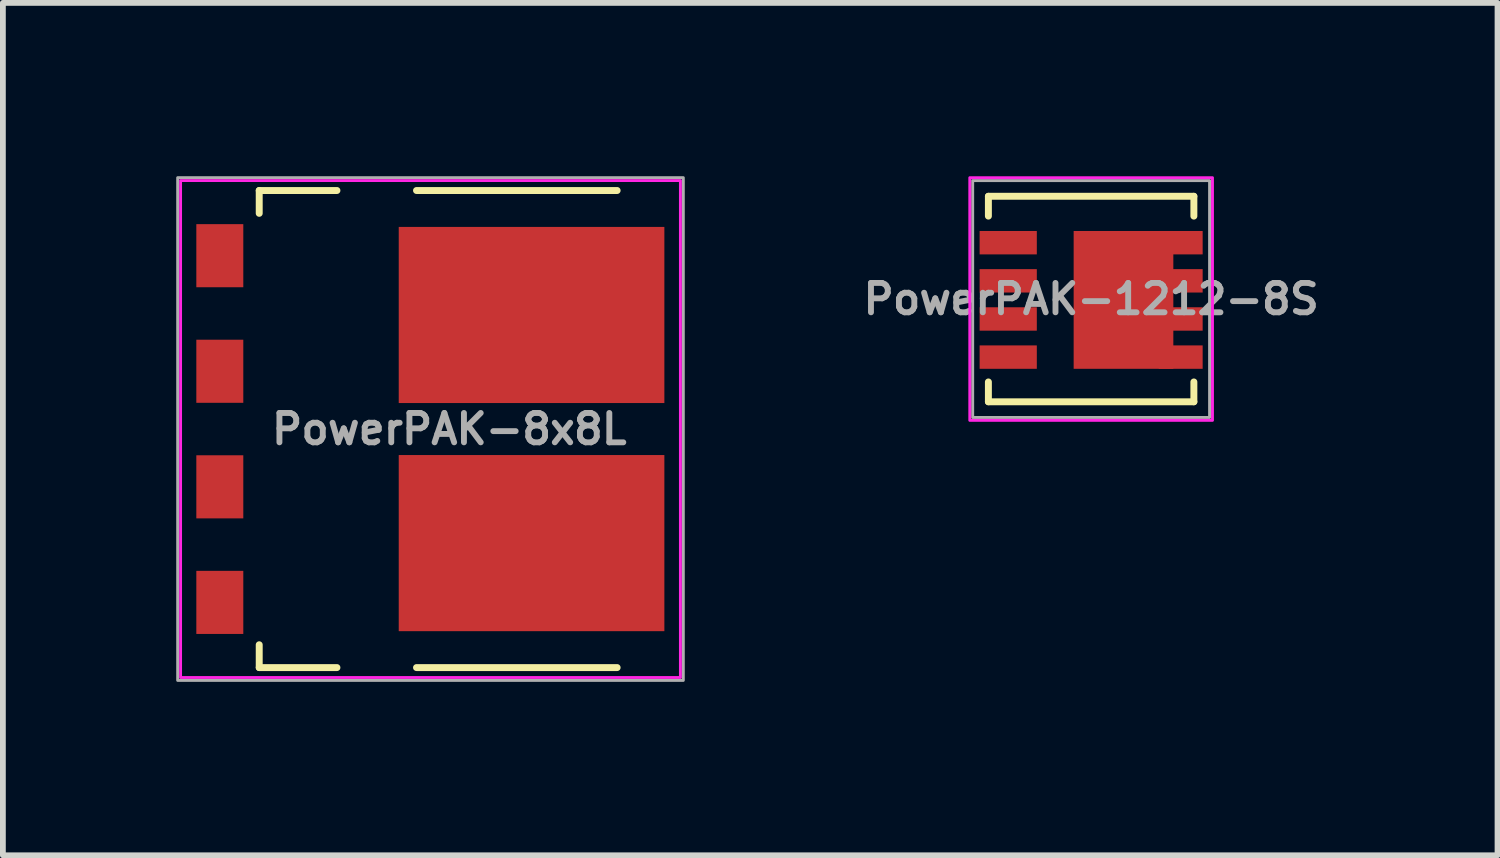
<source format=kicad_pcb>
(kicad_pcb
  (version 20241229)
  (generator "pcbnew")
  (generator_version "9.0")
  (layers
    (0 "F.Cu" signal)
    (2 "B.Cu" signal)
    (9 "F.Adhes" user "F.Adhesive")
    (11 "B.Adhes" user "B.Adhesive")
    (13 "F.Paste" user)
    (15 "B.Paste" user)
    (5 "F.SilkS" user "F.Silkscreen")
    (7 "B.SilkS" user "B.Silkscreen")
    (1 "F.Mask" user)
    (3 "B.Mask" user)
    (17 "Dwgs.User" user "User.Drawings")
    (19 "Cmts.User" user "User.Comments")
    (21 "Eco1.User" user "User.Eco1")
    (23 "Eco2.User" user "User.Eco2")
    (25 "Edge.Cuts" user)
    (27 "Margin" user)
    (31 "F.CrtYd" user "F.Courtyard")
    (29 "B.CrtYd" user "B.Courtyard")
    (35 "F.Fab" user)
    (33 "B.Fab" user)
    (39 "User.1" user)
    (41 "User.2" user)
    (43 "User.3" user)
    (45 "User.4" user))
  (footprint "PowerPAK-8x8L"
    (layer "F.Cu")
    (at 4.725 4.375)
    (property "Reference" "PowerPAK-8x8L" (at 0 0 0) (layer "F.Fab") (effects (font (size 0.508 0.508) (thickness 0.102))))
    (attr through_hole)
    (fp_poly (pts (xy -0.876 0.452) (xy -0.876 3.107) (xy -1.638 3.107) (xy -1.638 4.002) (xy -0.876 4.002) (xy -0.876 3.5) (xy 3.214 3.5) (xy 3.214 4.008) (xy 3.722 4.008) (xy 3.722 3.5) (xy 3.722 0.452)) (stroke (width 0.1) (type solid)) (fill yes) (layer "F.Mask"))
    (fp_poly (pts (xy -0.875 -0.45) (xy -0.875 -3.105) (xy -1.637 -3.105) (xy -1.637 -4) (xy -0.875 -4) (xy -0.875 -3.498) (xy 3.215 -3.498) (xy 3.215 -4.006) (xy 3.723 -4.006) (xy 3.723 -3.498) (xy 3.723 -0.45)) (stroke (width 0.1) (type solid)) (fill yes) (layer "F.Mask"))
    (fp_line (start -3.289 -4.128) (end -3.289 -3.733) (stroke (width 0.12) (type solid)) (layer "F.SilkS"))
    (fp_line (start -3.289 3.733) (end -3.289 4.128) (stroke (width 0.12) (type solid)) (layer "F.SilkS"))
    (fp_line (start -3.289 4.128) (end -1.944 4.128) (stroke (width 0.12) (type solid)) (layer "F.SilkS"))
    (fp_line (start -1.944 -4.128) (end -3.289 -4.128) (stroke (width 0.12) (type solid)) (layer "F.SilkS"))
    (fp_line (start -0.567 4.128) (end 2.905 4.128) (stroke (width 0.12) (type solid)) (layer "F.SilkS"))
    (fp_line (start 2.905 -4.128) (end -0.567 -4.128) (stroke (width 0.12) (type solid)) (layer "F.SilkS"))
    (fp_poly (pts (xy -1.637 4) (xy -1.637 3.105) (xy -0.875 3.105) (xy -0.875 0.45) (xy 3.723 0.45) (xy 3.723 4.006) (xy 3.215 4.006) (xy 3.215 3.498) (xy -0.875 3.498) (xy -0.875 4)) (stroke (width 0.1) (type solid)) (fill yes) (layer "F.Paste"))
    (fp_poly (pts (xy 3.215 -4.006) (xy 3.215 -3.498) (xy -0.875 -3.498) (xy -0.875 -4) (xy -1.637 -4) (xy -1.637 -3.105) (xy -0.875 -3.105) (xy -0.875 -0.45) (xy 3.723 -0.45) (xy 3.723 -4.006)) (stroke (width 0.1) (type solid)) (fill yes) (layer "F.Paste"))
    (fp_rect (start -4.65 -4.3) (end 4 4.3) (stroke (width 0.05) (type solid)) (fill no) (layer "F.CrtYd"))
    (fp_rect (start -4.7 -4.35) (end 4.05 4.35) (stroke (width 0.051) (type solid)) (fill no) (layer "F.Fab"))
    (pad "1" smd rect (at -3.971 -3) (size 0.813 1.092) (layers "F.Cu" "F.Mask" "F.Paste"))
    (pad "2" smd rect (at -3.971 -1) (size 0.813 1.092) (layers "F.Cu" "F.Mask" "F.Paste"))
    (pad "3" smd rect (at -3.971 1) (size 0.813 1.092) (layers "F.Cu" "F.Mask" "F.Paste"))
    (pad "4" smd rect (at -3.971 3) (size 0.813 1.092) (layers "F.Cu" "F.Mask" "F.Paste"))
    (pad "5" smd rect (at 1.424 -1.974) (size 4.597 3.048) (layers "F.Cu" "F.Mask"))
    (pad "6" smd rect (at 1.424 1.974) (size 4.597 3.048) (layers "F.Cu" "F.Mask")))
  (footprint "PowerPAK-1212-8S"
    (layer "F.Cu")
    (at 15.833 2.125)
    (property "Reference" "PowerPAK-1212-8S" (at 0 0 0) (layer "F.Fab") (effects (font (size 0.508 0.508) (thickness 0.102))))
    (attr through_hole)
    (fp_line (start -1.778 -1.778) (end -1.778 -1.435) (stroke (width 0.12) (type solid)) (layer "F.SilkS"))
    (fp_line (start -1.778 1.435) (end -1.778 1.778) (stroke (width 0.12) (type solid)) (layer "F.SilkS"))
    (fp_line (start -1.778 1.778) (end 1.778 1.778) (stroke (width 0.12) (type solid)) (layer "F.SilkS"))
    (fp_line (start 1.778 -1.778) (end -1.778 -1.778) (stroke (width 0.12) (type solid)) (layer "F.SilkS"))
    (fp_line (start 1.778 -1.435) (end 1.778 -1.778) (stroke (width 0.12) (type solid)) (layer "F.SilkS"))
    (fp_line (start 1.778 1.778) (end 1.778 1.435) (stroke (width 0.12) (type solid)) (layer "F.SilkS"))
    (fp_rect (start -2.1 2.1) (end 2.1 -2.1) (stroke (width 0.05) (type solid)) (fill no) (layer "F.CrtYd"))
    (fp_rect (start -2.05 -2.05) (end 2.05 2.05) (stroke (width 0.051) (type solid)) (fill no) (layer "F.Fab"))
    (pad "1" smd rect (at -1.435 -0.975) (size 0.99 0.405) (layers "F.Cu" "F.Mask" "F.Paste"))
    (pad "2" smd rect (at -1.435 -0.315) (size 0.99 0.405) (layers "F.Cu" "F.Mask" "F.Paste"))
    (pad "3" smd rect (at -1.435 0.345) (size 0.99 0.405) (layers "F.Cu" "F.Mask" "F.Paste"))
    (pad "4" smd rect (at -1.435 1.005) (size 0.99 0.405) (layers "F.Cu" "F.Mask" "F.Paste"))
    (pad "5" smd rect (at 1.55 1.005) (size 0.76 0.405) (layers "F.Cu" "F.Mask" "F.Paste"))
    (pad "6" smd rect (at 1.55 0.345) (size 0.76 0.405) (layers "F.Cu" "F.Mask" "F.Paste"))
    (pad "7" smd rect (at 1.55 -0.315) (size 0.76 0.405) (layers "F.Cu" "F.Mask" "F.Paste"))
    (pad "8" smd rect (at 0.56 0.015) (size 1.725 2.385) (layers "F.Cu" "F.Mask" "F.Paste"))
    (pad "8" smd rect (at 1.55 -0.975) (size 0.76 0.405) (layers "F.Cu" "F.Mask" "F.Paste")))
  (gr_rect
    (start -3 -3)
    (end 22.866 11.751)
    (stroke (width 0.1) (type default))
    (fill no)
    (layer "Edge.Cuts")))
</source>
